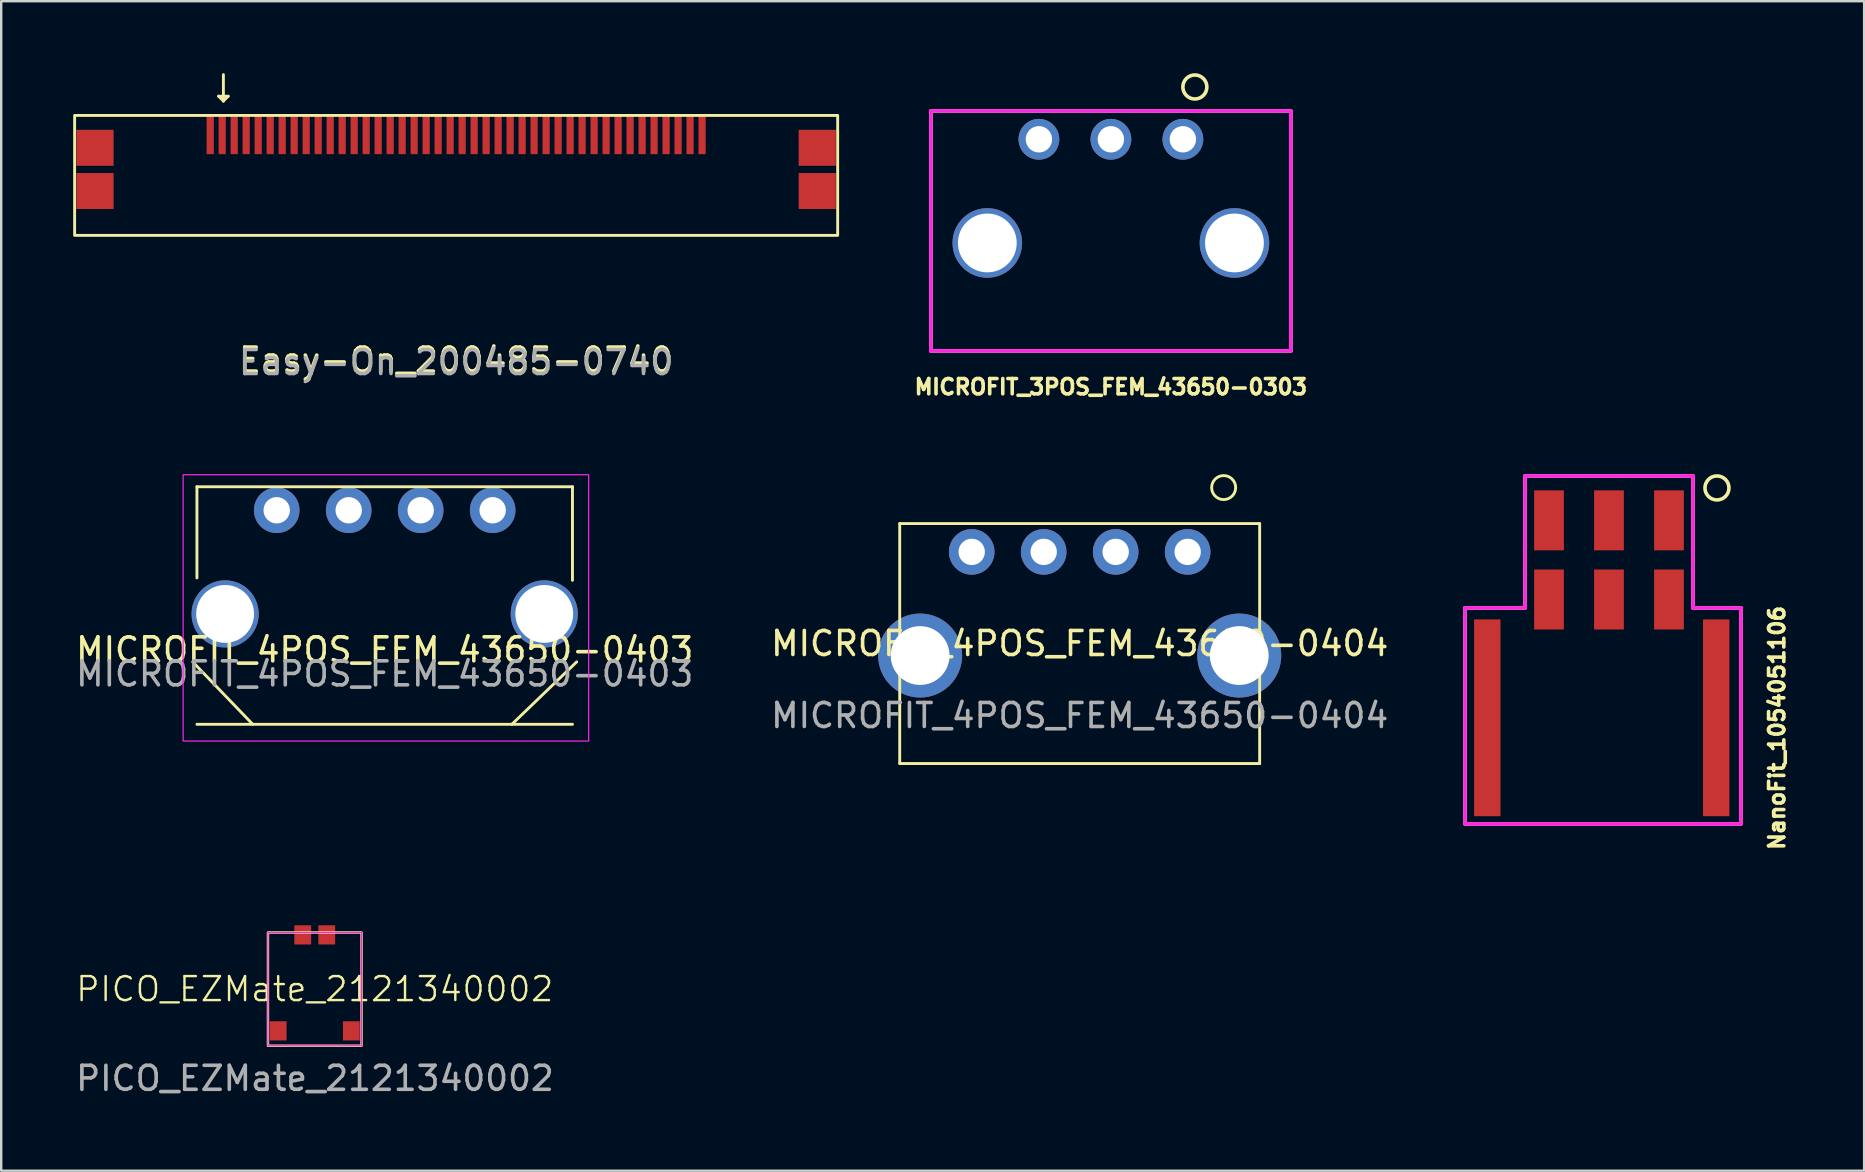
<source format=kicad_pcb>
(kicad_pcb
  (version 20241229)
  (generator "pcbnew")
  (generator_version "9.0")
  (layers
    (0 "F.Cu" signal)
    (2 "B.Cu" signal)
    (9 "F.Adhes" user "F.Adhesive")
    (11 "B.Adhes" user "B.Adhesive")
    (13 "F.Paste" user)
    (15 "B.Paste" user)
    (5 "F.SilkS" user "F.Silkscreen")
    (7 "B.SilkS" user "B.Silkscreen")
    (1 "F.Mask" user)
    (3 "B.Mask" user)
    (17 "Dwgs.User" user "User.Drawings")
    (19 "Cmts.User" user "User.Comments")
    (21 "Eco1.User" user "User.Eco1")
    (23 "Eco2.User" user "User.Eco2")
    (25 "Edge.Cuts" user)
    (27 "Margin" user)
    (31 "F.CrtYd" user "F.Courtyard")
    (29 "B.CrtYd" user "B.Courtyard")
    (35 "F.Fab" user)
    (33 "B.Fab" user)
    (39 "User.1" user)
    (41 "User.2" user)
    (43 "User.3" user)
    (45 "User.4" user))
  (footprint "NanoFit_1054051106"
    (layer "F.Cu")
    (at 64.004 20.285)
    (property "Reference" "NanoFit_1054051106" (at 7 7 90) (layer "F.SilkS") (effects (font (size 0.635 0.635) (thickness 0.15))))
    (attr through_hole)
    (fp_line (start -6 2) (end -3.5 2) (stroke (width 0.15) (type solid)) (layer "F.SilkS"))
    (fp_line (start -6 11) (end -6 2) (stroke (width 0.15) (type solid)) (layer "F.SilkS"))
    (fp_line (start -3.5 -3.5) (end 3.5 -3.5) (stroke (width 0.15) (type solid)) (layer "F.SilkS"))
    (fp_line (start -3.5 2) (end -3.5 -3.5) (stroke (width 0.15) (type solid)) (layer "F.SilkS"))
    (fp_line (start 3.5 -3.5) (end 3.5 2) (stroke (width 0.15) (type solid)) (layer "F.SilkS"))
    (fp_line (start 3.5 2) (end 5.5 2) (stroke (width 0.15) (type solid)) (layer "F.SilkS"))
    (fp_line (start 5.5 2) (end 5.5 11) (stroke (width 0.15) (type solid)) (layer "F.SilkS"))
    (fp_line (start 5.5 11) (end -6 11) (stroke (width 0.15) (type solid)) (layer "F.SilkS"))
    (fp_circle (center 4.5 -3) (end 4.5 -2.5) (stroke (width 0.15) (type solid)) (fill no) (layer "F.SilkS"))
    (fp_line (start -6 2) (end -3.5 2) (stroke (width 0.15) (type solid)) (layer "F.CrtYd"))
    (fp_line (start -6 11) (end -6 2) (stroke (width 0.15) (type solid)) (layer "F.CrtYd"))
    (fp_line (start -3.5 -3.5) (end 3.5 -3.5) (stroke (width 0.15) (type solid)) (layer "F.CrtYd"))
    (fp_line (start -3.5 2) (end -3.5 -3.5) (stroke (width 0.15) (type solid)) (layer "F.CrtYd"))
    (fp_line (start 3.5 -3.5) (end 3.5 2) (stroke (width 0.15) (type solid)) (layer "F.CrtYd"))
    (fp_line (start 3.5 2) (end 5.5 2) (stroke (width 0.15) (type solid)) (layer "F.CrtYd"))
    (fp_line (start 5.5 2) (end 5.5 11) (stroke (width 0.15) (type solid)) (layer "F.CrtYd"))
    (fp_line (start 5.5 11) (end -6 11) (stroke (width 0.15) (type solid)) (layer "F.CrtYd"))
    (pad "1" smd rect (at 2.5 -1.65) (size 1.24 2.5) (layers "F.Cu" "F.Mask" "F.Paste"))
    (pad "2" smd rect (at 0 -1.65) (size 1.24 2.5) (layers "F.Cu" "F.Mask" "F.Paste"))
    (pad "3" smd rect (at -2.5 -1.65) (size 1.24 2.5) (layers "F.Cu" "F.Mask" "F.Paste"))
    (pad "4" smd rect (at 2.5 1.65) (size 1.24 2.5) (layers "F.Cu" "F.Mask" "F.Paste"))
    (pad "5" smd rect (at 0 1.65) (size 1.24 2.5) (layers "F.Cu" "F.Mask" "F.Paste"))
    (pad "6" smd rect (at -2.5 1.65) (size 1.24 2.5) (layers "F.Cu" "F.Mask" "F.Paste"))
    (pad "7" smd rect (at -5.07 6.58) (size 1.1 8.2) (layers "F.Cu" "F.Mask" "F.Paste"))
    (pad "7" smd rect (at 4.47 6.58) (size 1.1 8.2) (layers "F.Cu" "F.Mask" "F.Paste")))
  (footprint "Easy-On_200485-0740"
    (layer "F.Cu")
    (at 15.96 5.66)
    (property "Reference" "Easy-On_200485-0740" (at 0 6.3 0) (unlocked yes) (layer "F.SilkS") (effects (font (size 1 1) (thickness 0.15))))
    (attr smd)
    (fp_line (start -9.9 -4.7) (end -9.7 -4.5) (stroke (width 0.12) (type default)) (layer "F.SilkS"))
    (fp_line (start -9.7 -5.6) (end -9.7 -4.5) (stroke (width 0.12) (type default)) (layer "F.SilkS"))
    (fp_line (start -9.7 -4.5) (end -9.5 -4.7) (stroke (width 0.12) (type default)) (layer "F.SilkS"))
    (fp_line (start -9.5 -4.7) (end -9.9 -4.7) (stroke (width 0.12) (type default)) (layer "F.SilkS"))
    (fp_rect (start -15.9 -3.9) (end 15.9 1.1) (stroke (width 0.12) (type default)) (fill no) (layer "F.SilkS"))
    (fp_text user "${REFERENCE}" (at 0 6.4 0) (unlocked yes) (layer "F.Fab") (effects (font (size 1 1) (thickness 0.15))))
    (pad "1" smd rect (at -9.75 -3.085) (size 0.3 1.6) (layers "F.Cu" "F.Mask" "F.Paste"))
    (pad "2" smd rect (at -9.25 -3.085) (size 0.3 1.6) (layers "F.Cu" "F.Mask" "F.Paste"))
    (pad "3" smd rect (at -8.75 -3.085) (size 0.3 1.6) (layers "F.Cu" "F.Mask" "F.Paste"))
    (pad "4" smd rect (at -8.25 -3.085) (size 0.3 1.6) (layers "F.Cu" "F.Mask" "F.Paste"))
    (pad "5" smd rect (at -7.75 -3.085) (size 0.3 1.6) (layers "F.Cu" "F.Mask" "F.Paste"))
    (pad "6" smd rect (at -7.25 -3.085) (size 0.3 1.6) (layers "F.Cu" "F.Mask" "F.Paste"))
    (pad "7" smd rect (at -6.75 -3.085) (size 0.3 1.6) (layers "F.Cu" "F.Mask" "F.Paste"))
    (pad "8" smd rect (at -6.25 -3.085) (size 0.3 1.6) (layers "F.Cu" "F.Mask" "F.Paste"))
    (pad "9" smd rect (at -5.75 -3.085) (size 0.3 1.6) (layers "F.Cu" "F.Mask" "F.Paste"))
    (pad "10" smd rect (at -5.25 -3.085) (size 0.3 1.6) (layers "F.Cu" "F.Mask" "F.Paste"))
    (pad "11" smd rect (at -4.75 -3.085) (size 0.3 1.6) (layers "F.Cu" "F.Mask" "F.Paste"))
    (pad "12" smd rect (at -4.25 -3.085) (size 0.3 1.6) (layers "F.Cu" "F.Mask" "F.Paste"))
    (pad "13" smd rect (at -3.75 -3.085) (size 0.3 1.6) (layers "F.Cu" "F.Mask" "F.Paste"))
    (pad "14" smd rect (at -3.25 -3.085) (size 0.3 1.6) (layers "F.Cu" "F.Mask" "F.Paste"))
    (pad "15" smd rect (at -2.75 -3.085) (size 0.3 1.6) (layers "F.Cu" "F.Mask" "F.Paste"))
    (pad "16" smd rect (at -2.25 -3.085) (size 0.3 1.6) (layers "F.Cu" "F.Mask" "F.Paste"))
    (pad "17" smd rect (at -1.75 -3.085) (size 0.3 1.6) (layers "F.Cu" "F.Mask" "F.Paste"))
    (pad "18" smd rect (at -1.25 -3.085) (size 0.3 1.6) (layers "F.Cu" "F.Mask" "F.Paste"))
    (pad "19" smd rect (at -0.75 -3.085) (size 0.3 1.6) (layers "F.Cu" "F.Mask" "F.Paste"))
    (pad "20" smd rect (at -0.25 -3.085) (size 0.3 1.6) (layers "F.Cu" "F.Mask" "F.Paste"))
    (pad "21" smd rect (at 0.25 -3.085) (size 0.3 1.6) (layers "F.Cu" "F.Mask" "F.Paste"))
    (pad "22" smd rect (at 0.75 -3.085) (size 0.3 1.6) (layers "F.Cu" "F.Mask" "F.Paste"))
    (pad "23" smd rect (at 1.25 -3.085) (size 0.3 1.6) (layers "F.Cu" "F.Mask" "F.Paste"))
    (pad "24" smd rect (at 1.75 -3.085) (size 0.3 1.6) (layers "F.Cu" "F.Mask" "F.Paste"))
    (pad "25" smd rect (at 2.25 -3.085) (size 0.3 1.6) (layers "F.Cu" "F.Mask" "F.Paste"))
    (pad "26" smd rect (at 2.75 -3.085) (size 0.3 1.6) (layers "F.Cu" "F.Mask" "F.Paste"))
    (pad "27" smd rect (at 3.25 -3.085) (size 0.3 1.6) (layers "F.Cu" "F.Mask" "F.Paste"))
    (pad "28" smd rect (at 3.75 -3.085) (size 0.3 1.6) (layers "F.Cu" "F.Mask" "F.Paste"))
    (pad "29" smd rect (at 4.25 -3.085) (size 0.3 1.6) (layers "F.Cu" "F.Mask" "F.Paste"))
    (pad "30" smd rect (at 4.75 -3.085) (size 0.3 1.6) (layers "F.Cu" "F.Mask" "F.Paste"))
    (pad "31" smd rect (at 5.25 -3.085) (size 0.3 1.6) (layers "F.Cu" "F.Mask" "F.Paste"))
    (pad "32" smd rect (at 5.75 -3.085) (size 0.3 1.6) (layers "F.Cu" "F.Mask" "F.Paste"))
    (pad "33" smd rect (at 6.25 -3.085) (size 0.3 1.6) (layers "F.Cu" "F.Mask" "F.Paste"))
    (pad "34" smd rect (at 6.75 -3.085) (size 0.3 1.6) (layers "F.Cu" "F.Mask" "F.Paste"))
    (pad "35" smd rect (at 7.25 -3.085) (size 0.3 1.6) (layers "F.Cu" "F.Mask" "F.Paste"))
    (pad "36" smd rect (at 7.75 -3.085) (size 0.3 1.6) (layers "F.Cu" "F.Mask" "F.Paste"))
    (pad "37" smd rect (at 8.25 -3.085) (size 0.3 1.6) (layers "F.Cu" "F.Mask" "F.Paste"))
    (pad "38" smd rect (at 8.75 -3.085) (size 0.3 1.6) (layers "F.Cu" "F.Mask" "F.Paste"))
    (pad "39" smd rect (at 9.25 -3.085) (size 0.3 1.6) (layers "F.Cu" "F.Mask" "F.Paste"))
    (pad "40" smd rect (at 9.75 -3.085) (size 0.3 1.6) (layers "F.Cu" "F.Mask" "F.Paste"))
    (pad "41" smd rect (at -15.05 -2.55) (size 1.55 1.5) (layers "F.Cu" "F.Mask" "F.Paste"))
    (pad "41" smd rect (at -15.05 -0.75) (size 1.55 1.5) (layers "F.Cu" "F.Mask" "F.Paste"))
    (pad "41" smd rect (at -10.25 -3.085) (size 0.3 1.6) (layers "F.Cu" "F.Mask" "F.Paste"))
    (pad "41" smd rect (at 10.25 -3.085) (size 0.3 1.6) (layers "F.Cu" "F.Mask" "F.Paste"))
    (pad "41" smd rect (at 15.05 -2.55) (size 1.55 1.5) (layers "F.Cu" "F.Mask" "F.Paste"))
    (pad "41" smd rect (at 15.05 -0.75) (size 1.55 1.5) (layers "F.Cu" "F.Mask" "F.Paste")))
  (footprint "MICROFIT_3POS_FEM_43650-0303"
    (layer "F.Cu")
    (at 43.246 7.075)
    (property "Reference" "MICROFIT_3POS_FEM_43650-0303" (at 0 6 0) (layer "F.SilkS") (effects (font (size 0.635 0.635) (thickness 0.15))))
    (attr through_hole)
    (fp_line (start -7.5 -5.5) (end -7.5 4.5) (stroke (width 0.15) (type solid)) (layer "F.SilkS"))
    (fp_line (start -7.5 4.5) (end 7.5 4.5) (stroke (width 0.15) (type solid)) (layer "F.SilkS"))
    (fp_line (start 7.5 -5.5) (end -7.5 -5.5) (stroke (width 0.15) (type solid)) (layer "F.SilkS"))
    (fp_line (start 7.5 4.5) (end 7.5 -5.5) (stroke (width 0.15) (type solid)) (layer "F.SilkS"))
    (fp_circle (center 3.5 -6.5) (end 4 -6.5) (stroke (width 0.15) (type solid)) (fill no) (layer "F.SilkS"))
    (fp_line (start -7.5 -5.5) (end 7.5 -5.5) (stroke (width 0.15) (type solid)) (layer "F.CrtYd"))
    (fp_line (start -7.5 4.5) (end -7.5 -5.5) (stroke (width 0.15) (type solid)) (layer "F.CrtYd"))
    (fp_line (start 7.5 -5.5) (end 7.5 4.5) (stroke (width 0.15) (type solid)) (layer "F.CrtYd"))
    (fp_line (start 7.5 4.5) (end -7.5 4.5) (stroke (width 0.15) (type solid)) (layer "F.CrtYd"))
    (pad "" thru_hole circle (at -5.15 0) (size 2.9 2.9) (drill 2.45) (layers "*.Cu" "*.Mask"))
    (pad "" thru_hole circle (at 5.15 0) (size 2.9 2.9) (drill 2.45) (layers "*.Cu" "*.Mask"))
    (pad "1" thru_hole circle (at 3 -4.32) (size 1.7 1.7) (drill 1.1) (layers "*.Cu" "*.Mask"))
    (pad "2" thru_hole circle (at 0 -4.32) (size 1.7 1.7) (drill 1.1) (layers "*.Cu" "*.Mask"))
    (pad "3" thru_hole circle (at -3 -4.32) (size 1.7 1.7) (drill 1.1) (layers "*.Cu" "*.Mask")))
  (footprint "MICROFIT_4POS_FEM_43650-0403"
    (layer "F.Cu")
    (at 12.982 22.535)
    (property "Reference" "MICROFIT_4POS_FEM_43650-0403" (at 0 1.5 0) (unlocked yes) (layer "F.SilkS") (effects (font (size 1 1) (thickness 0.15))))
    (attr through_hole)
    (fp_line (start -8 2) (end -5.5 4.6) (stroke (width 0.12) (type solid)) (layer "F.SilkS"))
    (fp_line (start -7.825 -5.3) (end -7.825 -1.5) (stroke (width 0.12) (type solid)) (layer "F.SilkS"))
    (fp_line (start -7.825 -5.3) (end 7.825 -5.3) (stroke (width 0.12) (type solid)) (layer "F.SilkS"))
    (fp_line (start -7.825 4.6) (end 7.825 4.6) (stroke (width 0.12) (type solid)) (layer "F.SilkS"))
    (fp_line (start 7.825 -5.3) (end 7.825 -1.4) (stroke (width 0.12) (type solid)) (layer "F.SilkS"))
    (fp_line (start 8 2) (end 5.3 4.6) (stroke (width 0.12) (type solid)) (layer "F.SilkS"))
    (fp_rect (start -8.4 -5.8) (end 8.5 5.3) (stroke (width 0.05) (type solid)) (fill no) (layer "F.CrtYd"))
    (fp_text user "${REFERENCE}" (at 0 2.5 0) (unlocked yes) (layer "F.Fab") (effects (font (size 1 1) (thickness 0.15))))
    (pad "1" thru_hole circle (at 4.5 -4.32) (size 1.9 1.9) (drill 1.1) (layers "*.Cu" "*.Mask"))
    (pad "2" thru_hole circle (at 1.5 -4.32) (size 1.9 1.9) (drill 1.1) (layers "*.Cu" "*.Mask"))
    (pad "3" thru_hole circle (at -1.5 -4.32) (size 1.9 1.9) (drill 1.1) (layers "*.Cu" "*.Mask"))
    (pad "4" thru_hole circle (at -4.5 -4.32) (size 1.9 1.9) (drill 1.1) (layers "*.Cu" "*.Mask"))
    (pad "5" thru_hole circle (at -6.65 0) (size 2.8 2.8) (drill 2.41) (layers "*.Cu" "*.Mask"))
    (pad "5" thru_hole circle (at 6.65 0) (size 2.8 2.8) (drill 2.41) (layers "*.Cu" "*.Mask")))
  (footprint "MICROFIT_4POS_FEM_43650-0404"
    (layer "F.Cu")
    (at 41.946 24.27)
    (property "Reference" "MICROFIT_4POS_FEM_43650-0404" (at 0 -0.5 0) (unlocked yes) (layer "F.SilkS") (effects (font (size 1 1) (thickness 0.15))))
    (attr through_hole)
    (fp_line (start -7.5 -5.5) (end -7.5 4.5) (stroke (width 0.12) (type solid)) (layer "F.SilkS"))
    (fp_line (start -7.5 4.5) (end 7.5 4.5) (stroke (width 0.12) (type solid)) (layer "F.SilkS"))
    (fp_line (start 7.5 -5.5) (end -7.5 -5.5) (stroke (width 0.12) (type solid)) (layer "F.SilkS"))
    (fp_line (start 7.5 4.5) (end 7.5 -5.5) (stroke (width 0.12) (type solid)) (layer "F.SilkS"))
    (fp_circle (center 6 -7) (end 6.5 -7) (stroke (width 0.12) (type solid)) (fill no) (layer "F.SilkS"))
    (fp_text user "${REFERENCE}" (at 0 2.5 0) (unlocked yes) (layer "F.Fab") (effects (font (size 1 1) (thickness 0.15))))
    (pad "" thru_hole circle (at -6.65 0) (size 3.5 3.5) (drill 2.45) (layers "*.Cu" "*.Mask"))
    (pad "" thru_hole circle (at 6.65 0) (size 3.5 3.5) (drill 2.45) (layers "*.Cu" "*.Mask"))
    (pad "1" thru_hole circle (at 4.5 -4.32) (size 1.9 1.9) (drill 1.1) (layers "*.Cu" "*.Mask"))
    (pad "2" thru_hole circle (at 1.5 -4.32) (size 1.9 1.9) (drill 1.1) (layers "*.Cu" "*.Mask"))
    (pad "3" thru_hole circle (at -1.5 -4.32) (size 1.9 1.9) (drill 1.1) (layers "*.Cu" "*.Mask"))
    (pad "4" thru_hole circle (at -4.5 -4.32) (size 1.9 1.9) (drill 1.1) (layers "*.Cu" "*.Mask")))
  (footprint "PICO_EZMate_2121340002"
    (layer "F.Cu")
    (at 10.067 36.311)
    (property "Reference" "PICO_EZMate_2121340002" (at 0 1.86 0) (unlocked yes) (layer "F.SilkS") (effects (font (size 1 1) (thickness 0.1))))
    (attr through_hole)
    (fp_rect (start -1.95 -0.5) (end 1.95 4.22) (stroke (width 0.1) (type default)) (fill no) (layer "F.SilkS"))
    (fp_rect (start -1.95 -0.5) (end 1.95 4.22) (stroke (width 0.05) (type default)) (fill no) (layer "F.CrtYd"))
    (fp_text user "${REFERENCE}" (at 0.01 5.58 0) (unlocked yes) (layer "F.Fab") (effects (font (size 1 1) (thickness 0.15))))
    (pad "1" smd rect (at -0.5 -0.4) (size 0.7 0.8) (layers "F.Cu" "F.Mask" "F.Paste"))
    (pad "2" smd rect (at 0.5 -0.4) (size 0.7 0.8) (layers "F.Cu" "F.Mask" "F.Paste"))
    (pad "3" smd rect (at -1.525 3.6) (size 0.7 0.8) (layers "F.Cu" "F.Mask" "F.Paste"))
    (pad "3" smd rect (at 1.525 3.6) (size 0.7 0.8) (layers "F.Cu" "F.Mask" "F.Paste")))
  (gr_rect
    (start -3 -3)
    (end 74.638 45.739)
    (stroke (width 0.1) (type default))
    (fill no)
    (layer "Edge.Cuts")))
</source>
